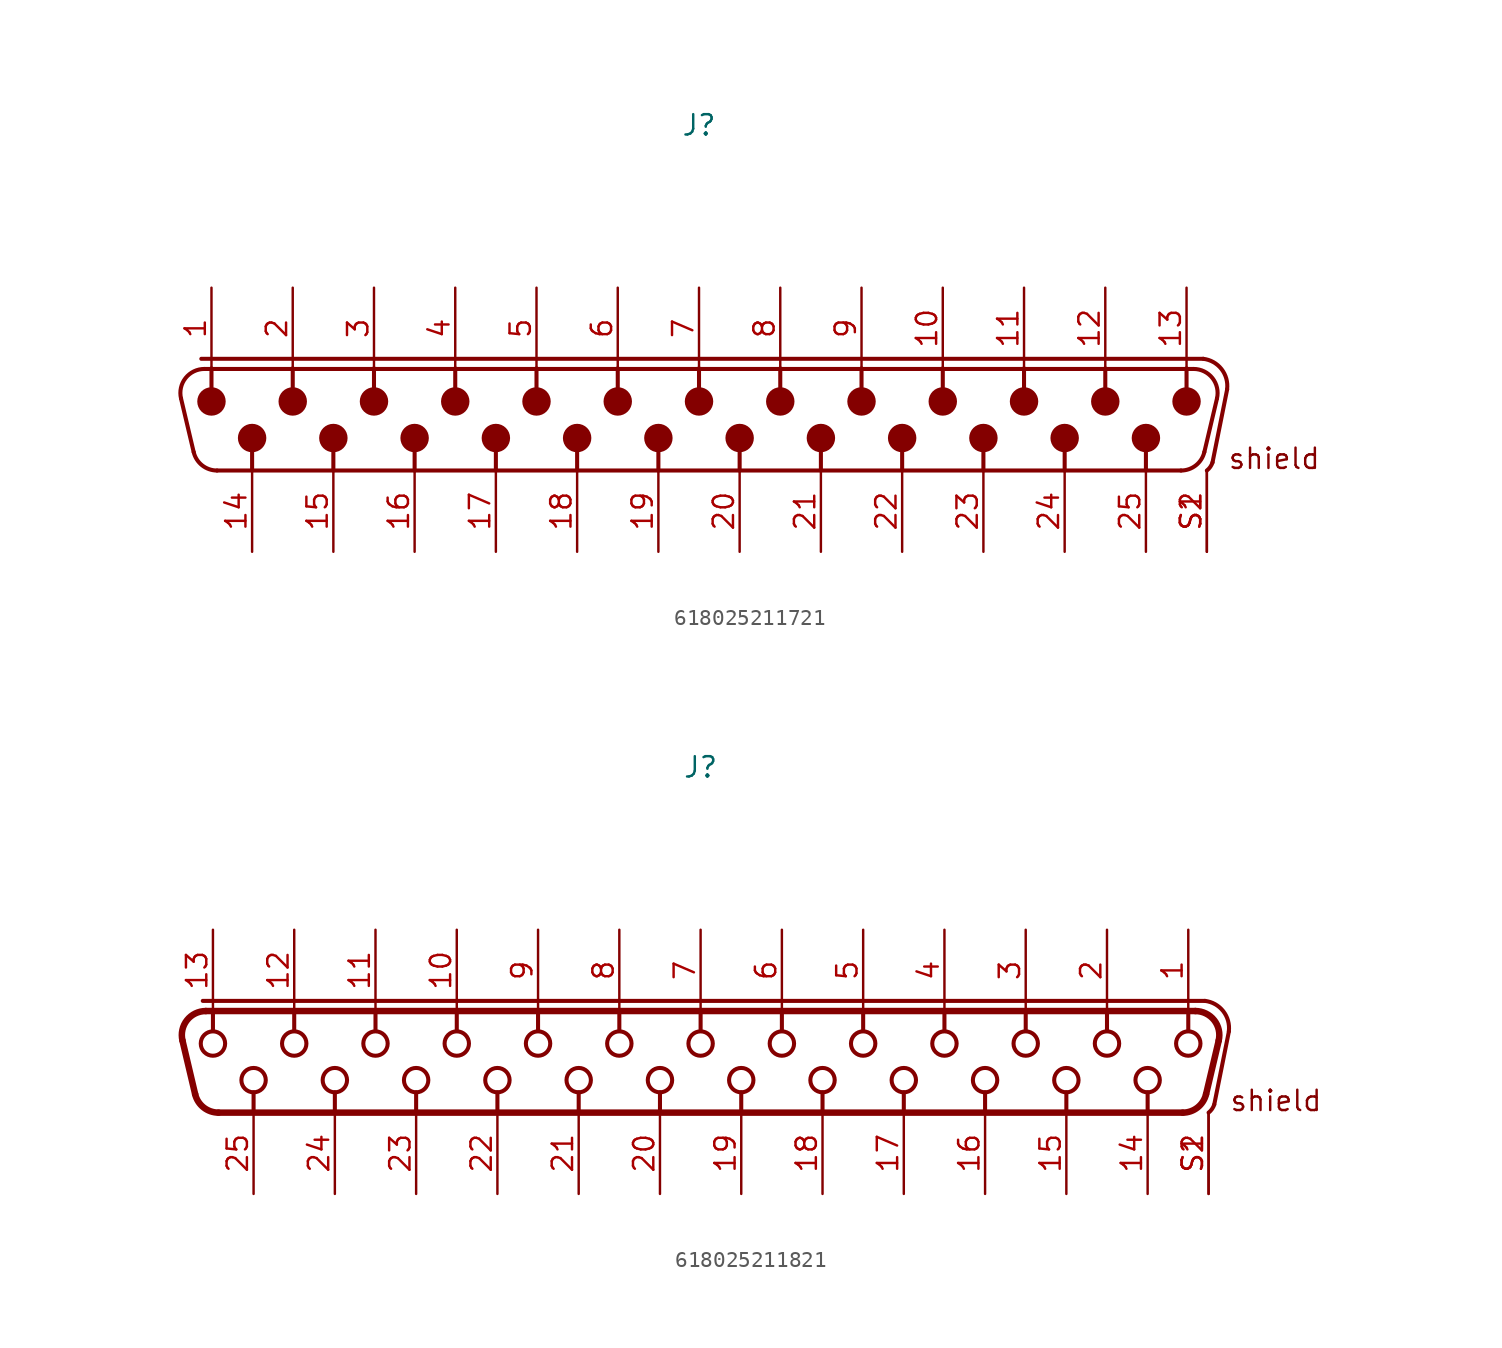
<source format=kicad_sym>
(kicad_symbol_lib
  (version 20241209)
  (generator "kicad_symbol_editor")
  (generator_version "9.0")
  (symbol "618025211721"
    (pin_names
      (hide yes))
    (property "Reference" "J"
      (at 0 17.78 0)
      (effects (font (size 1.27 1.27))))
    (symbol "618025211721_1_0"
      (polyline (pts (xy -31.593 -2.655) (xy -32.384 0.695)) (stroke (width 0.254) (type solid)) (fill (type none)))
      (polyline (pts (xy -31.115 3.175) (xy 31.52 3.175)) (stroke (width 0.254) (type solid)) (fill (type none)))
      (polyline (pts (xy -30.924 2.54) (xy 30.924 2.54)) (stroke (width 0.254) (type solid)) (fill (type none)))
      (arc (start -32.3842 0.695) (mid -32.1007 1.9707) (end -30.9243 2.54) (stroke (width 0.254) (type solid)) (fill (type none)))
      (polyline (pts (xy -30.48 2.58) (xy -30.48 0.4)) (stroke (width 0.254) (type solid)) (fill (type none)))
      (circle (center -30.48 0.508) (radius 0.762) (stroke (width 0.254) (type solid)) (fill (type outline)))
      (arc (start -30.133 -3.81) (mid -31.0638 -3.4862) (end -31.5928 -2.6547) (stroke (width 0.254) (type solid)) (fill (type none)))
      (circle (center -27.94 -1.778) (radius 0.762) (stroke (width 0.254) (type solid)) (fill (type outline)))
      (polyline (pts (xy -27.94 -3.81) (xy -27.94 -1.63)) (stroke (width 0.254) (type solid)) (fill (type none)))
      (polyline (pts (xy -25.4 2.58) (xy -25.4 0.4)) (stroke (width 0.254) (type solid)) (fill (type none)))
      (circle (center -25.4 0.508) (radius 0.762) (stroke (width 0.254) (type solid)) (fill (type outline)))
      (circle (center -22.86 -1.778) (radius 0.762) (stroke (width 0.254) (type solid)) (fill (type outline)))
      (polyline (pts (xy -22.86 -3.81) (xy -22.86 -1.63)) (stroke (width 0.254) (type solid)) (fill (type none)))
      (polyline (pts (xy -20.32 2.58) (xy -20.32 0.4)) (stroke (width 0.254) (type solid)) (fill (type none)))
      (circle (center -20.32 0.508) (radius 0.762) (stroke (width 0.254) (type solid)) (fill (type outline)))
      (circle (center -17.78 -1.778) (radius 0.762) (stroke (width 0.254) (type solid)) (fill (type outline)))
      (polyline (pts (xy -17.78 -3.81) (xy -17.78 -1.63)) (stroke (width 0.254) (type solid)) (fill (type none)))
      (polyline (pts (xy -15.24 2.58) (xy -15.24 0.4)) (stroke (width 0.254) (type solid)) (fill (type none)))
      (circle (center -15.24 0.508) (radius 0.762) (stroke (width 0.254) (type solid)) (fill (type outline)))
      (circle (center -12.7 -1.778) (radius 0.762) (stroke (width 0.254) (type solid)) (fill (type outline)))
      (polyline (pts (xy -12.7 -3.81) (xy -12.7 -1.63)) (stroke (width 0.254) (type solid)) (fill (type none)))
      (polyline (pts (xy -10.16 2.58) (xy -10.16 0.4)) (stroke (width 0.254) (type solid)) (fill (type none)))
      (circle (center -10.16 0.508) (radius 0.762) (stroke (width 0.254) (type solid)) (fill (type outline)))
      (circle (center -7.62 -1.778) (radius 0.762) (stroke (width 0.254) (type solid)) (fill (type outline)))
      (polyline (pts (xy -7.62 -3.81) (xy -7.62 -1.63)) (stroke (width 0.254) (type solid)) (fill (type none)))
      (polyline (pts (xy -5.08 2.58) (xy -5.08 0.4)) (stroke (width 0.254) (type solid)) (fill (type none)))
      (circle (center -5.08 0.508) (radius 0.762) (stroke (width 0.254) (type solid)) (fill (type outline)))
      (circle (center -2.54 -1.778) (radius 0.762) (stroke (width 0.254) (type solid)) (fill (type outline)))
      (polyline (pts (xy -2.54 -3.81) (xy -2.54 -1.63)) (stroke (width 0.254) (type solid)) (fill (type none)))
      (polyline (pts (xy 0 2.58) (xy 0 0.4)) (stroke (width 0.254) (type solid)) (fill (type none)))
      (circle (center 0 0.508) (radius 0.762) (stroke (width 0.254) (type solid)) (fill (type outline)))
      (circle (center 2.54 -1.778) (radius 0.762) (stroke (width 0.254) (type solid)) (fill (type outline)))
      (polyline (pts (xy 2.54 -3.81) (xy 2.54 -1.63)) (stroke (width 0.254) (type solid)) (fill (type none)))
      (polyline (pts (xy 5.08 2.58) (xy 5.08 0.4)) (stroke (width 0.254) (type solid)) (fill (type none)))
      (circle (center 5.08 0.508) (radius 0.762) (stroke (width 0.254) (type solid)) (fill (type outline)))
      (circle (center 7.62 -1.778) (radius 0.762) (stroke (width 0.254) (type solid)) (fill (type outline)))
      (polyline (pts (xy 7.62 -3.81) (xy 7.62 -1.63)) (stroke (width 0.254) (type solid)) (fill (type none)))
      (polyline (pts (xy 10.16 2.58) (xy 10.16 0.4)) (stroke (width 0.254) (type solid)) (fill (type none)))
      (circle (center 10.16 0.508) (radius 0.762) (stroke (width 0.254) (type solid)) (fill (type outline)))
      (circle (center 12.7 -1.778) (radius 0.762) (stroke (width 0.254) (type solid)) (fill (type outline)))
      (polyline (pts (xy 12.7 -3.81) (xy 12.7 -1.63)) (stroke (width 0.254) (type solid)) (fill (type none)))
      (polyline (pts (xy 15.24 2.58) (xy 15.24 0.4)) (stroke (width 0.254) (type solid)) (fill (type none)))
      (circle (center 15.24 0.508) (radius 0.762) (stroke (width 0.254) (type solid)) (fill (type outline)))
      (circle (center 17.78 -1.778) (radius 0.762) (stroke (width 0.254) (type solid)) (fill (type outline)))
      (polyline (pts (xy 17.78 -3.81) (xy 17.78 -1.63)) (stroke (width 0.254) (type solid)) (fill (type none)))
      (polyline (pts (xy 20.32 2.58) (xy 20.32 0.4)) (stroke (width 0.254) (type solid)) (fill (type none)))
      (circle (center 20.32 0.508) (radius 0.762) (stroke (width 0.254) (type solid)) (fill (type outline)))
      (circle (center 22.86 -1.778) (radius 0.762) (stroke (width 0.254) (type solid)) (fill (type outline)))
      (polyline (pts (xy 22.86 -3.81) (xy 22.86 -1.63)) (stroke (width 0.254) (type solid)) (fill (type none)))
      (polyline (pts (xy 25.4 2.58) (xy 25.4 0.4)) (stroke (width 0.254) (type solid)) (fill (type none)))
      (circle (center 25.4 0.508) (radius 0.762) (stroke (width 0.254) (type solid)) (fill (type outline)))
      (circle (center 27.94 -1.778) (radius 0.762) (stroke (width 0.254) (type solid)) (fill (type outline)))
      (polyline (pts (xy 27.94 -3.81) (xy 27.94 -1.63)) (stroke (width 0.254) (type solid)) (fill (type none)))
      (arc (start 31.5928 -2.6548) (mid 31.0637 -3.4863) (end 30.1329 -3.81) (stroke (width 0.254) (type solid)) (fill (type none)))
      (polyline (pts (xy 30.133 -3.81) (xy -30.133 -3.81)) (stroke (width 0.254) (type solid)) (fill (type none)))
      (polyline (pts (xy 30.48 2.58) (xy 30.48 0.4)) (stroke (width 0.254) (type solid)) (fill (type none)))
      (circle (center 30.48 0.508) (radius 0.762) (stroke (width 0.254) (type solid)) (fill (type outline)))
      (arc (start 30.9243 2.54) (mid 32.1007 1.9707) (end 32.3842 0.695) (stroke (width 0.254) (type solid)) (fill (type none)))
      (arc (start 32.1039 -3.3037) (mid 31.9648 -3.5833) (end 31.75 -3.81) (stroke (width 0.254) (type solid)) (fill (type none)))
      (arc (start 31.52 3.175) (mid 32.6664 2.5346) (end 33.02 1.27) (stroke (width 0.254) (type solid)) (fill (type none)))
      (polyline (pts (xy 32.104 -3.304) (xy 33.02 1.27)) (stroke (width 0.254) (type solid)) (fill (type none)))
      (polyline (pts (xy 32.384 0.695) (xy 31.593 -2.655)) (stroke (width 0.254) (type solid)) (fill (type none)))
      (pin passive line (at -30.48 7.62 270) (length 5.08) (name "1" (effects (font (size 1.27 1.27)))) (number "1" (effects (font (size 1.27 1.27)))))
      (pin passive line (at -27.94 -8.89 90) (length 5.08) (name "14" (effects (font (size 1.27 1.27)))) (number "14" (effects (font (size 1.27 1.27)))))
      (pin passive line (at -25.4 7.62 270) (length 5.08) (name "2" (effects (font (size 1.27 1.27)))) (number "2" (effects (font (size 1.27 1.27)))))
      (pin passive line (at -22.86 -8.89 90) (length 5.08) (name "15" (effects (font (size 1.27 1.27)))) (number "15" (effects (font (size 1.27 1.27)))))
      (pin passive line (at -20.32 7.62 270) (length 5.08) (name "3" (effects (font (size 1.27 1.27)))) (number "3" (effects (font (size 1.27 1.27)))))
      (pin passive line (at -17.78 -8.89 90) (length 5.08) (name "16" (effects (font (size 1.27 1.27)))) (number "16" (effects (font (size 1.27 1.27)))))
      (pin passive line (at -15.24 7.62 270) (length 5.08) (name "4" (effects (font (size 1.27 1.27)))) (number "4" (effects (font (size 1.27 1.27)))))
      (pin passive line (at -12.7 -8.89 90) (length 5.08) (name "17" (effects (font (size 1.27 1.27)))) (number "17" (effects (font (size 1.27 1.27)))))
      (pin passive line (at -10.16 7.62 270) (length 5.08) (name "5" (effects (font (size 1.27 1.27)))) (number "5" (effects (font (size 1.27 1.27)))))
      (pin passive line (at -7.62 -8.89 90) (length 5.08) (name "18" (effects (font (size 1.27 1.27)))) (number "18" (effects (font (size 1.27 1.27)))))
      (pin passive line (at -5.08 7.62 270) (length 5.08) (name "6" (effects (font (size 1.27 1.27)))) (number "6" (effects (font (size 1.27 1.27)))))
      (pin passive line (at -2.54 -8.89 90) (length 5.08) (name "19" (effects (font (size 1.27 1.27)))) (number "19" (effects (font (size 1.27 1.27)))))
      (pin passive line (at 0 7.62 270) (length 5.08) (name "7" (effects (font (size 1.27 1.27)))) (number "7" (effects (font (size 1.27 1.27)))))
      (pin passive line (at 2.54 -8.89 90) (length 5.08) (name "20" (effects (font (size 1.27 1.27)))) (number "20" (effects (font (size 1.27 1.27)))))
      (pin passive line (at 5.08 7.62 270) (length 5.08) (name "8" (effects (font (size 1.27 1.27)))) (number "8" (effects (font (size 1.27 1.27)))))
      (pin passive line (at 7.62 -8.89 90) (length 5.08) (name "21" (effects (font (size 1.27 1.27)))) (number "21" (effects (font (size 1.27 1.27)))))
      (pin passive line (at 10.16 7.62 270) (length 5.08) (name "9" (effects (font (size 1.27 1.27)))) (number "9" (effects (font (size 1.27 1.27)))))
      (pin passive line (at 12.7 -8.89 90) (length 5.08) (name "22" (effects (font (size 1.27 1.27)))) (number "22" (effects (font (size 1.27 1.27)))))
      (pin passive line (at 15.24 7.62 270) (length 5.08) (name "10" (effects (font (size 1.27 1.27)))) (number "10" (effects (font (size 1.27 1.27)))))
      (pin passive line (at 17.78 -8.89 90) (length 5.08) (name "23" (effects (font (size 1.27 1.27)))) (number "23" (effects (font (size 1.27 1.27)))))
      (pin passive line (at 20.32 7.62 270) (length 5.08) (name "11" (effects (font (size 1.27 1.27)))) (number "11" (effects (font (size 1.27 1.27)))))
      (pin passive line (at 22.86 -8.89 90) (length 5.08) (name "24" (effects (font (size 1.27 1.27)))) (number "24" (effects (font (size 1.27 1.27)))))
      (pin passive line (at 25.4 7.62 270) (length 5.08) (name "12" (effects (font (size 1.27 1.27)))) (number "12" (effects (font (size 1.27 1.27)))))
      (pin passive line (at 27.94 -8.89 90) (length 5.08) (name "25" (effects (font (size 1.27 1.27)))) (number "25" (effects (font (size 1.27 1.27)))))
      (pin passive line (at 30.48 7.62 270) (length 5.08) (name "13" (effects (font (size 1.27 1.27)))) (number "13" (effects (font (size 1.27 1.27)))))
      (pin passive line (at 31.75 -8.89 90) (length 5.08) (name "SHIELD" (effects (font (size 1.27 1.27)))) (number "S1" (effects (font (size 1.27 1.27)))))
      (pin passive line (at 31.75 -8.89 90) (length 5.08) (name "SHIELD" (effects (font (size 1.27 1.27)))) (number "S2" (effects (font (size 1.27 1.27))))))
    (symbol "618025211721_1_1"
      (text "shield" (at 33.02 -3.81 0) (effects (font (size 1.27 1.27)) (justify left bottom)))))
  (symbol "618025211821"
    (pin_names
      (hide yes))
    (property "Reference" "J"
      (at 0 17.78 0)
      (effects (font (size 1.27 1.27))))
    (symbol "618025211821_1_0"
      (polyline (pts (xy -31.593 -2.655) (xy -32.384 0.695)) (stroke (width 0.406) (type solid)) (fill (type none)))
      (polyline (pts (xy -31.115 3.175) (xy 31.52 3.175)) (stroke (width 0.254) (type solid)) (fill (type none)))
      (polyline (pts (xy -30.924 2.54) (xy 30.924 2.54)) (stroke (width 0.406) (type solid)) (fill (type none)))
      (arc (start -32.3842 0.695) (mid -32.1007 1.9707) (end -30.9243 2.54) (stroke (width 0.4064) (type solid)) (fill (type none)))
      (polyline (pts (xy -30.48 2.58) (xy -30.48 1.3)) (stroke (width 0.254) (type solid)) (fill (type none)))
      (circle (center -30.48 0.508) (radius 0.762) (stroke (width 0.254) (type solid)) (fill (type none)))
      (arc (start -30.133 -3.81) (mid -31.0638 -3.4862) (end -31.5928 -2.6547) (stroke (width 0.4064) (type solid)) (fill (type none)))
      (circle (center -27.94 -1.778) (radius 0.762) (stroke (width 0.254) (type solid)) (fill (type none)))
      (polyline (pts (xy -27.94 -2.54) (xy -27.94 -3.82)) (stroke (width 0.254) (type solid)) (fill (type none)))
      (polyline (pts (xy -25.4 2.58) (xy -25.4 1.3)) (stroke (width 0.254) (type solid)) (fill (type none)))
      (circle (center -25.4 0.508) (radius 0.762) (stroke (width 0.254) (type solid)) (fill (type none)))
      (circle (center -22.86 -1.778) (radius 0.762) (stroke (width 0.254) (type solid)) (fill (type none)))
      (polyline (pts (xy -22.86 -2.54) (xy -22.86 -3.82)) (stroke (width 0.254) (type solid)) (fill (type none)))
      (polyline (pts (xy -20.32 2.58) (xy -20.32 1.3)) (stroke (width 0.254) (type solid)) (fill (type none)))
      (circle (center -20.32 0.508) (radius 0.762) (stroke (width 0.254) (type solid)) (fill (type none)))
      (circle (center -17.78 -1.778) (radius 0.762) (stroke (width 0.254) (type solid)) (fill (type none)))
      (polyline (pts (xy -17.78 -2.54) (xy -17.78 -3.82)) (stroke (width 0.254) (type solid)) (fill (type none)))
      (polyline (pts (xy -15.24 2.58) (xy -15.24 1.3)) (stroke (width 0.254) (type solid)) (fill (type none)))
      (circle (center -15.24 0.508) (radius 0.762) (stroke (width 0.254) (type solid)) (fill (type none)))
      (circle (center -12.7 -1.778) (radius 0.762) (stroke (width 0.254) (type solid)) (fill (type none)))
      (polyline (pts (xy -12.7 -2.54) (xy -12.7 -3.82)) (stroke (width 0.254) (type solid)) (fill (type none)))
      (polyline (pts (xy -10.16 2.58) (xy -10.16 1.3)) (stroke (width 0.254) (type solid)) (fill (type none)))
      (circle (center -10.16 0.508) (radius 0.762) (stroke (width 0.254) (type solid)) (fill (type none)))
      (circle (center -7.62 -1.778) (radius 0.762) (stroke (width 0.254) (type solid)) (fill (type none)))
      (polyline (pts (xy -7.62 -2.54) (xy -7.62 -3.82)) (stroke (width 0.254) (type solid)) (fill (type none)))
      (polyline (pts (xy -5.08 2.58) (xy -5.08 1.3)) (stroke (width 0.254) (type solid)) (fill (type none)))
      (circle (center -5.08 0.508) (radius 0.762) (stroke (width 0.254) (type solid)) (fill (type none)))
      (circle (center -2.54 -1.778) (radius 0.762) (stroke (width 0.254) (type solid)) (fill (type none)))
      (polyline (pts (xy -2.54 -2.54) (xy -2.54 -3.82)) (stroke (width 0.254) (type solid)) (fill (type none)))
      (polyline (pts (xy 0 2.58) (xy 0 1.3)) (stroke (width 0.254) (type solid)) (fill (type none)))
      (circle (center 0 0.508) (radius 0.762) (stroke (width 0.254) (type solid)) (fill (type none)))
      (circle (center 2.54 -1.778) (radius 0.762) (stroke (width 0.254) (type solid)) (fill (type none)))
      (polyline (pts (xy 2.54 -2.54) (xy 2.54 -3.82)) (stroke (width 0.254) (type solid)) (fill (type none)))
      (polyline (pts (xy 5.08 2.58) (xy 5.08 1.3)) (stroke (width 0.254) (type solid)) (fill (type none)))
      (circle (center 5.08 0.508) (radius 0.762) (stroke (width 0.254) (type solid)) (fill (type none)))
      (circle (center 7.62 -1.778) (radius 0.762) (stroke (width 0.254) (type solid)) (fill (type none)))
      (polyline (pts (xy 7.62 -2.54) (xy 7.62 -3.82)) (stroke (width 0.254) (type solid)) (fill (type none)))
      (polyline (pts (xy 10.16 2.58) (xy 10.16 1.3)) (stroke (width 0.254) (type solid)) (fill (type none)))
      (circle (center 10.16 0.508) (radius 0.762) (stroke (width 0.254) (type solid)) (fill (type none)))
      (circle (center 12.7 -1.778) (radius 0.762) (stroke (width 0.254) (type solid)) (fill (type none)))
      (polyline (pts (xy 12.7 -2.54) (xy 12.7 -3.82)) (stroke (width 0.254) (type solid)) (fill (type none)))
      (polyline (pts (xy 15.24 2.58) (xy 15.24 1.3)) (stroke (width 0.254) (type solid)) (fill (type none)))
      (circle (center 15.24 0.508) (radius 0.762) (stroke (width 0.254) (type solid)) (fill (type none)))
      (circle (center 17.78 -1.778) (radius 0.762) (stroke (width 0.254) (type solid)) (fill (type none)))
      (polyline (pts (xy 17.78 -2.54) (xy 17.78 -3.82)) (stroke (width 0.254) (type solid)) (fill (type none)))
      (polyline (pts (xy 20.32 2.58) (xy 20.32 1.3)) (stroke (width 0.254) (type solid)) (fill (type none)))
      (circle (center 20.32 0.508) (radius 0.762) (stroke (width 0.254) (type solid)) (fill (type none)))
      (circle (center 22.86 -1.778) (radius 0.762) (stroke (width 0.254) (type solid)) (fill (type none)))
      (polyline (pts (xy 22.86 -2.54) (xy 22.86 -3.82)) (stroke (width 0.254) (type solid)) (fill (type none)))
      (polyline (pts (xy 25.4 2.58) (xy 25.4 1.3)) (stroke (width 0.254) (type solid)) (fill (type none)))
      (circle (center 25.4 0.508) (radius 0.762) (stroke (width 0.254) (type solid)) (fill (type none)))
      (circle (center 27.94 -1.778) (radius 0.762) (stroke (width 0.254) (type solid)) (fill (type none)))
      (polyline (pts (xy 27.94 -2.54) (xy 27.94 -3.82)) (stroke (width 0.254) (type solid)) (fill (type none)))
      (arc (start 31.5928 -2.6548) (mid 31.0637 -3.4863) (end 30.1329 -3.81) (stroke (width 0.4064) (type solid)) (fill (type none)))
      (polyline (pts (xy 30.133 -3.81) (xy -30.133 -3.81)) (stroke (width 0.406) (type solid)) (fill (type none)))
      (polyline (pts (xy 30.48 2.58) (xy 30.48 1.3)) (stroke (width 0.254) (type solid)) (fill (type none)))
      (circle (center 30.48 0.508) (radius 0.762) (stroke (width 0.254) (type solid)) (fill (type none)))
      (arc (start 30.9243 2.54) (mid 32.1007 1.9707) (end 32.3842 0.695) (stroke (width 0.4064) (type solid)) (fill (type none)))
      (arc (start 32.1039 -3.3037) (mid 31.9648 -3.5833) (end 31.75 -3.81) (stroke (width 0.254) (type solid)) (fill (type none)))
      (arc (start 31.52 3.175) (mid 32.6664 2.5346) (end 33.02 1.27) (stroke (width 0.254) (type solid)) (fill (type none)))
      (polyline (pts (xy 32.104 -3.304) (xy 33.02 1.27)) (stroke (width 0.254) (type solid)) (fill (type none)))
      (polyline (pts (xy 32.384 0.695) (xy 31.593 -2.655)) (stroke (width 0.406) (type solid)) (fill (type none)))
      (text "shield" (at 33.02 -3.81 0) (effects (font (size 1.27 1.27)) (justify left bottom)))
      (pin passive line (at -30.48 7.62 270) (length 5.08) (name "13" (effects (font (size 1.27 1.27)))) (number "13" (effects (font (size 1.27 1.27)))))
      (pin passive line (at -27.94 -8.89 90) (length 5.08) (name "25" (effects (font (size 1.27 1.27)))) (number "25" (effects (font (size 1.27 1.27)))))
      (pin passive line (at -25.4 7.62 270) (length 5.08) (name "12" (effects (font (size 1.27 1.27)))) (number "12" (effects (font (size 1.27 1.27)))))
      (pin passive line (at -22.86 -8.89 90) (length 5.08) (name "24" (effects (font (size 1.27 1.27)))) (number "24" (effects (font (size 1.27 1.27)))))
      (pin passive line (at -20.32 7.62 270) (length 5.08) (name "11" (effects (font (size 1.27 1.27)))) (number "11" (effects (font (size 1.27 1.27)))))
      (pin passive line (at -17.78 -8.89 90) (length 5.08) (name "23" (effects (font (size 1.27 1.27)))) (number "23" (effects (font (size 1.27 1.27)))))
      (pin passive line (at -15.24 7.62 270) (length 5.08) (name "10" (effects (font (size 1.27 1.27)))) (number "10" (effects (font (size 1.27 1.27)))))
      (pin passive line (at -12.7 -8.89 90) (length 5.08) (name "22" (effects (font (size 1.27 1.27)))) (number "22" (effects (font (size 1.27 1.27)))))
      (pin passive line (at -10.16 7.62 270) (length 5.08) (name "9" (effects (font (size 1.27 1.27)))) (number "9" (effects (font (size 1.27 1.27)))))
      (pin passive line (at -7.62 -8.89 90) (length 5.08) (name "21" (effects (font (size 1.27 1.27)))) (number "21" (effects (font (size 1.27 1.27)))))
      (pin passive line (at -5.08 7.62 270) (length 5.08) (name "8" (effects (font (size 1.27 1.27)))) (number "8" (effects (font (size 1.27 1.27)))))
      (pin passive line (at -2.54 -8.89 90) (length 5.08) (name "20" (effects (font (size 1.27 1.27)))) (number "20" (effects (font (size 1.27 1.27)))))
      (pin passive line (at 0 7.62 270) (length 5.08) (name "7" (effects (font (size 1.27 1.27)))) (number "7" (effects (font (size 1.27 1.27)))))
      (pin passive line (at 2.54 -8.89 90) (length 5.08) (name "19" (effects (font (size 1.27 1.27)))) (number "19" (effects (font (size 1.27 1.27)))))
      (pin passive line (at 5.08 7.62 270) (length 5.08) (name "6" (effects (font (size 1.27 1.27)))) (number "6" (effects (font (size 1.27 1.27)))))
      (pin passive line (at 7.62 -8.89 90) (length 5.08) (name "18" (effects (font (size 1.27 1.27)))) (number "18" (effects (font (size 1.27 1.27)))))
      (pin passive line (at 10.16 7.62 270) (length 5.08) (name "5" (effects (font (size 1.27 1.27)))) (number "5" (effects (font (size 1.27 1.27)))))
      (pin passive line (at 12.7 -8.89 90) (length 5.08) (name "17" (effects (font (size 1.27 1.27)))) (number "17" (effects (font (size 1.27 1.27)))))
      (pin passive line (at 15.24 7.62 270) (length 5.08) (name "4" (effects (font (size 1.27 1.27)))) (number "4" (effects (font (size 1.27 1.27)))))
      (pin passive line (at 17.78 -8.89 90) (length 5.08) (name "16" (effects (font (size 1.27 1.27)))) (number "16" (effects (font (size 1.27 1.27)))))
      (pin passive line (at 20.32 7.62 270) (length 5.08) (name "3" (effects (font (size 1.27 1.27)))) (number "3" (effects (font (size 1.27 1.27)))))
      (pin passive line (at 22.86 -8.89 90) (length 5.08) (name "15" (effects (font (size 1.27 1.27)))) (number "15" (effects (font (size 1.27 1.27)))))
      (pin passive line (at 25.4 7.62 270) (length 5.08) (name "2" (effects (font (size 1.27 1.27)))) (number "2" (effects (font (size 1.27 1.27)))))
      (pin passive line (at 27.94 -8.89 90) (length 5.08) (name "14" (effects (font (size 1.27 1.27)))) (number "14" (effects (font (size 1.27 1.27)))))
      (pin passive line (at 30.48 7.62 270) (length 5.08) (name "1" (effects (font (size 1.27 1.27)))) (number "1" (effects (font (size 1.27 1.27)))))
      (pin passive line (at 31.75 -8.89 90) (length 5.08) (name "SHIELD" (effects (font (size 1.27 1.27)))) (number "S1" (effects (font (size 1.27 1.27)))))
      (pin passive line (at 31.75 -8.89 90) (length 5.08) (name "SHIELD" (effects (font (size 1.27 1.27)))) (number "S2" (effects (font (size 1.27 1.27))))))))
</source>
